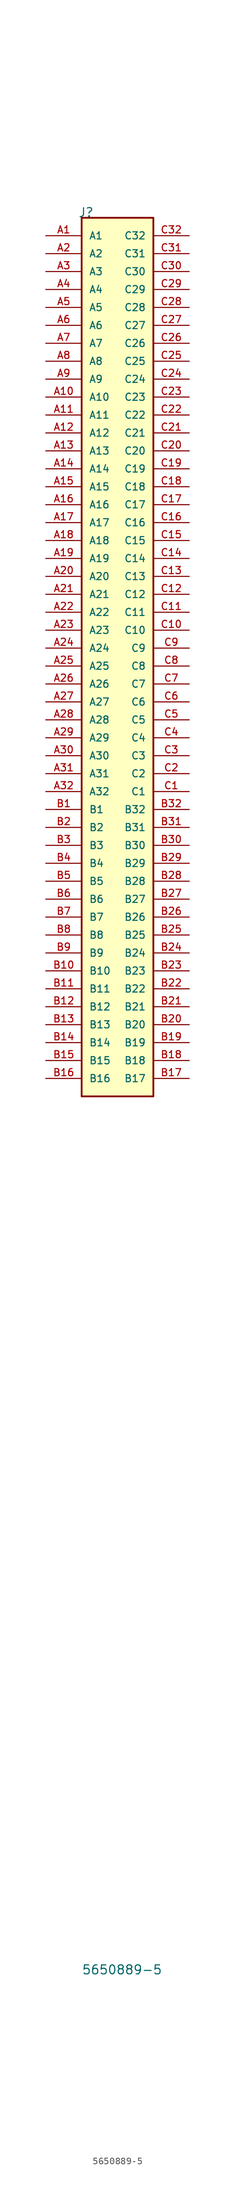
<source format=kicad_sym>
(kicad_symbol_lib
  (version 20231120)
  (generator "kicad_symbol_editor")
  (generator_version "8.0")
  (symbol "5650889-5"
    (pin_names
      (offset 1.016))
    (property "Reference" "J"
      (at -5.58 124.46 0)
      (effects (font (size 1.27 1.27)) (justify left bottom)))
    (property "Value" "5650889-5"
      (at -5.08 -124.46 0)
      (effects (font (size 1.27 1.27)) (justify left bottom)))
    (symbol "5650889-5_0_0"
      (rectangle (start -5.08 124.46) (end 5.08 0) (stroke (width 0.254) (type default)) (fill (type background)))
      (pin passive line (at -10.16 121.92 0) (length 5.08) (name "A1" (effects (font (size 1.016 1.016)))) (number "A1" (effects (font (size 1.016 1.016)))))
      (pin passive line (at -10.16 99.06 0) (length 5.08) (name "A10" (effects (font (size 1.016 1.016)))) (number "A10" (effects (font (size 1.016 1.016)))))
      (pin passive line (at -10.16 96.52 0) (length 5.08) (name "A11" (effects (font (size 1.016 1.016)))) (number "A11" (effects (font (size 1.016 1.016)))))
      (pin passive line (at -10.16 93.98 0) (length 5.08) (name "A12" (effects (font (size 1.016 1.016)))) (number "A12" (effects (font (size 1.016 1.016)))))
      (pin passive line (at -10.16 91.44 0) (length 5.08) (name "A13" (effects (font (size 1.016 1.016)))) (number "A13" (effects (font (size 1.016 1.016)))))
      (pin passive line (at -10.16 88.9 0) (length 5.08) (name "A14" (effects (font (size 1.016 1.016)))) (number "A14" (effects (font (size 1.016 1.016)))))
      (pin passive line (at -10.16 86.36 0) (length 5.08) (name "A15" (effects (font (size 1.016 1.016)))) (number "A15" (effects (font (size 1.016 1.016)))))
      (pin passive line (at -10.16 83.82 0) (length 5.08) (name "A16" (effects (font (size 1.016 1.016)))) (number "A16" (effects (font (size 1.016 1.016)))))
      (pin passive line (at -10.16 81.28 0) (length 5.08) (name "A17" (effects (font (size 1.016 1.016)))) (number "A17" (effects (font (size 1.016 1.016)))))
      (pin passive line (at -10.16 78.74 0) (length 5.08) (name "A18" (effects (font (size 1.016 1.016)))) (number "A18" (effects (font (size 1.016 1.016)))))
      (pin passive line (at -10.16 76.2 0) (length 5.08) (name "A19" (effects (font (size 1.016 1.016)))) (number "A19" (effects (font (size 1.016 1.016)))))
      (pin passive line (at -10.16 119.38 0) (length 5.08) (name "A2" (effects (font (size 1.016 1.016)))) (number "A2" (effects (font (size 1.016 1.016)))))
      (pin passive line (at -10.16 73.66 0) (length 5.08) (name "A20" (effects (font (size 1.016 1.016)))) (number "A20" (effects (font (size 1.016 1.016)))))
      (pin passive line (at -10.16 71.12 0) (length 5.08) (name "A21" (effects (font (size 1.016 1.016)))) (number "A21" (effects (font (size 1.016 1.016)))))
      (pin passive line (at -10.16 68.58 0) (length 5.08) (name "A22" (effects (font (size 1.016 1.016)))) (number "A22" (effects (font (size 1.016 1.016)))))
      (pin passive line (at -10.16 66.04 0) (length 5.08) (name "A23" (effects (font (size 1.016 1.016)))) (number "A23" (effects (font (size 1.016 1.016)))))
      (pin passive line (at -10.16 63.5 0) (length 5.08) (name "A24" (effects (font (size 1.016 1.016)))) (number "A24" (effects (font (size 1.016 1.016)))))
      (pin passive line (at -10.16 60.96 0) (length 5.08) (name "A25" (effects (font (size 1.016 1.016)))) (number "A25" (effects (font (size 1.016 1.016)))))
      (pin passive line (at -10.16 58.42 0) (length 5.08) (name "A26" (effects (font (size 1.016 1.016)))) (number "A26" (effects (font (size 1.016 1.016)))))
      (pin passive line (at -10.16 55.88 0) (length 5.08) (name "A27" (effects (font (size 1.016 1.016)))) (number "A27" (effects (font (size 1.016 1.016)))))
      (pin passive line (at -10.16 53.34 0) (length 5.08) (name "A28" (effects (font (size 1.016 1.016)))) (number "A28" (effects (font (size 1.016 1.016)))))
      (pin passive line (at -10.16 50.8 0) (length 5.08) (name "A29" (effects (font (size 1.016 1.016)))) (number "A29" (effects (font (size 1.016 1.016)))))
      (pin passive line (at -10.16 116.84 0) (length 5.08) (name "A3" (effects (font (size 1.016 1.016)))) (number "A3" (effects (font (size 1.016 1.016)))))
      (pin passive line (at -10.16 48.26 0) (length 5.08) (name "A30" (effects (font (size 1.016 1.016)))) (number "A30" (effects (font (size 1.016 1.016)))))
      (pin passive line (at -10.16 45.72 0) (length 5.08) (name "A31" (effects (font (size 1.016 1.016)))) (number "A31" (effects (font (size 1.016 1.016)))))
      (pin passive line (at -10.16 43.18 0) (length 5.08) (name "A32" (effects (font (size 1.016 1.016)))) (number "A32" (effects (font (size 1.016 1.016)))))
      (pin passive line (at -10.16 114.3 0) (length 5.08) (name "A4" (effects (font (size 1.016 1.016)))) (number "A4" (effects (font (size 1.016 1.016)))))
      (pin passive line (at -10.16 111.76 0) (length 5.08) (name "A5" (effects (font (size 1.016 1.016)))) (number "A5" (effects (font (size 1.016 1.016)))))
      (pin passive line (at -10.16 109.22 0) (length 5.08) (name "A6" (effects (font (size 1.016 1.016)))) (number "A6" (effects (font (size 1.016 1.016)))))
      (pin passive line (at -10.16 106.68 0) (length 5.08) (name "A7" (effects (font (size 1.016 1.016)))) (number "A7" (effects (font (size 1.016 1.016)))))
      (pin passive line (at -10.16 104.14 0) (length 5.08) (name "A8" (effects (font (size 1.016 1.016)))) (number "A8" (effects (font (size 1.016 1.016)))))
      (pin passive line (at -10.16 101.6 0) (length 5.08) (name "A9" (effects (font (size 1.016 1.016)))) (number "A9" (effects (font (size 1.016 1.016)))))
      (pin passive line (at -10.16 40.64 0) (length 5.08) (name "B1" (effects (font (size 1.016 1.016)))) (number "B1" (effects (font (size 1.016 1.016)))))
      (pin passive line (at -10.16 17.78 0) (length 5.08) (name "B10" (effects (font (size 1.016 1.016)))) (number "B10" (effects (font (size 1.016 1.016)))))
      (pin passive line (at -10.16 15.24 0) (length 5.08) (name "B11" (effects (font (size 1.016 1.016)))) (number "B11" (effects (font (size 1.016 1.016)))))
      (pin passive line (at -10.16 12.7 0) (length 5.08) (name "B12" (effects (font (size 1.016 1.016)))) (number "B12" (effects (font (size 1.016 1.016)))))
      (pin passive line (at -10.16 10.16 0) (length 5.08) (name "B13" (effects (font (size 1.016 1.016)))) (number "B13" (effects (font (size 1.016 1.016)))))
      (pin passive line (at -10.16 7.62 0) (length 5.08) (name "B14" (effects (font (size 1.016 1.016)))) (number "B14" (effects (font (size 1.016 1.016)))))
      (pin passive line (at -10.16 5.08 0) (length 5.08) (name "B15" (effects (font (size 1.016 1.016)))) (number "B15" (effects (font (size 1.016 1.016)))))
      (pin passive line (at -10.16 2.54 0) (length 5.08) (name "B16" (effects (font (size 1.016 1.016)))) (number "B16" (effects (font (size 1.016 1.016)))))
      (pin passive line (at 10.16 2.54 180) (length 5.08) (name "B17" (effects (font (size 1.016 1.016)))) (number "B17" (effects (font (size 1.016 1.016)))))
      (pin passive line (at 10.16 5.08 180) (length 5.08) (name "B18" (effects (font (size 1.016 1.016)))) (number "B18" (effects (font (size 1.016 1.016)))))
      (pin passive line (at 10.16 7.62 180) (length 5.08) (name "B19" (effects (font (size 1.016 1.016)))) (number "B19" (effects (font (size 1.016 1.016)))))
      (pin passive line (at -10.16 38.1 0) (length 5.08) (name "B2" (effects (font (size 1.016 1.016)))) (number "B2" (effects (font (size 1.016 1.016)))))
      (pin passive line (at 10.16 10.16 180) (length 5.08) (name "B20" (effects (font (size 1.016 1.016)))) (number "B20" (effects (font (size 1.016 1.016)))))
      (pin passive line (at 10.16 12.7 180) (length 5.08) (name "B21" (effects (font (size 1.016 1.016)))) (number "B21" (effects (font (size 1.016 1.016)))))
      (pin passive line (at 10.16 15.24 180) (length 5.08) (name "B22" (effects (font (size 1.016 1.016)))) (number "B22" (effects (font (size 1.016 1.016)))))
      (pin passive line (at 10.16 17.78 180) (length 5.08) (name "B23" (effects (font (size 1.016 1.016)))) (number "B23" (effects (font (size 1.016 1.016)))))
      (pin passive line (at 10.16 20.32 180) (length 5.08) (name "B24" (effects (font (size 1.016 1.016)))) (number "B24" (effects (font (size 1.016 1.016)))))
      (pin passive line (at 10.16 22.86 180) (length 5.08) (name "B25" (effects (font (size 1.016 1.016)))) (number "B25" (effects (font (size 1.016 1.016)))))
      (pin passive line (at 10.16 25.4 180) (length 5.08) (name "B26" (effects (font (size 1.016 1.016)))) (number "B26" (effects (font (size 1.016 1.016)))))
      (pin passive line (at 10.16 27.94 180) (length 5.08) (name "B27" (effects (font (size 1.016 1.016)))) (number "B27" (effects (font (size 1.016 1.016)))))
      (pin passive line (at 10.16 30.48 180) (length 5.08) (name "B28" (effects (font (size 1.016 1.016)))) (number "B28" (effects (font (size 1.016 1.016)))))
      (pin passive line (at 10.16 33.02 180) (length 5.08) (name "B29" (effects (font (size 1.016 1.016)))) (number "B29" (effects (font (size 1.016 1.016)))))
      (pin passive line (at -10.16 35.56 0) (length 5.08) (name "B3" (effects (font (size 1.016 1.016)))) (number "B3" (effects (font (size 1.016 1.016)))))
      (pin passive line (at 10.16 35.56 180) (length 5.08) (name "B30" (effects (font (size 1.016 1.016)))) (number "B30" (effects (font (size 1.016 1.016)))))
      (pin passive line (at 10.16 38.1 180) (length 5.08) (name "B31" (effects (font (size 1.016 1.016)))) (number "B31" (effects (font (size 1.016 1.016)))))
      (pin passive line (at 10.16 40.64 180) (length 5.08) (name "B32" (effects (font (size 1.016 1.016)))) (number "B32" (effects (font (size 1.016 1.016)))))
      (pin passive line (at -10.16 33.02 0) (length 5.08) (name "B4" (effects (font (size 1.016 1.016)))) (number "B4" (effects (font (size 1.016 1.016)))))
      (pin passive line (at -10.16 30.48 0) (length 5.08) (name "B5" (effects (font (size 1.016 1.016)))) (number "B5" (effects (font (size 1.016 1.016)))))
      (pin passive line (at -10.16 27.94 0) (length 5.08) (name "B6" (effects (font (size 1.016 1.016)))) (number "B6" (effects (font (size 1.016 1.016)))))
      (pin passive line (at -10.16 25.4 0) (length 5.08) (name "B7" (effects (font (size 1.016 1.016)))) (number "B7" (effects (font (size 1.016 1.016)))))
      (pin passive line (at -10.16 22.86 0) (length 5.08) (name "B8" (effects (font (size 1.016 1.016)))) (number "B8" (effects (font (size 1.016 1.016)))))
      (pin passive line (at -10.16 20.32 0) (length 5.08) (name "B9" (effects (font (size 1.016 1.016)))) (number "B9" (effects (font (size 1.016 1.016)))))
      (pin passive line (at 10.16 43.18 180) (length 5.08) (name "C1" (effects (font (size 1.016 1.016)))) (number "C1" (effects (font (size 1.016 1.016)))))
      (pin passive line (at 10.16 66.04 180) (length 5.08) (name "C10" (effects (font (size 1.016 1.016)))) (number "C10" (effects (font (size 1.016 1.016)))))
      (pin passive line (at 10.16 68.58 180) (length 5.08) (name "C11" (effects (font (size 1.016 1.016)))) (number "C11" (effects (font (size 1.016 1.016)))))
      (pin passive line (at 10.16 71.12 180) (length 5.08) (name "C12" (effects (font (size 1.016 1.016)))) (number "C12" (effects (font (size 1.016 1.016)))))
      (pin passive line (at 10.16 73.66 180) (length 5.08) (name "C13" (effects (font (size 1.016 1.016)))) (number "C13" (effects (font (size 1.016 1.016)))))
      (pin passive line (at 10.16 76.2 180) (length 5.08) (name "C14" (effects (font (size 1.016 1.016)))) (number "C14" (effects (font (size 1.016 1.016)))))
      (pin passive line (at 10.16 78.74 180) (length 5.08) (name "C15" (effects (font (size 1.016 1.016)))) (number "C15" (effects (font (size 1.016 1.016)))))
      (pin passive line (at 10.16 81.28 180) (length 5.08) (name "C16" (effects (font (size 1.016 1.016)))) (number "C16" (effects (font (size 1.016 1.016)))))
      (pin passive line (at 10.16 83.82 180) (length 5.08) (name "C17" (effects (font (size 1.016 1.016)))) (number "C17" (effects (font (size 1.016 1.016)))))
      (pin passive line (at 10.16 86.36 180) (length 5.08) (name "C18" (effects (font (size 1.016 1.016)))) (number "C18" (effects (font (size 1.016 1.016)))))
      (pin passive line (at 10.16 88.9 180) (length 5.08) (name "C19" (effects (font (size 1.016 1.016)))) (number "C19" (effects (font (size 1.016 1.016)))))
      (pin passive line (at 10.16 45.72 180) (length 5.08) (name "C2" (effects (font (size 1.016 1.016)))) (number "C2" (effects (font (size 1.016 1.016)))))
      (pin passive line (at 10.16 91.44 180) (length 5.08) (name "C20" (effects (font (size 1.016 1.016)))) (number "C20" (effects (font (size 1.016 1.016)))))
      (pin passive line (at 10.16 93.98 180) (length 5.08) (name "C21" (effects (font (size 1.016 1.016)))) (number "C21" (effects (font (size 1.016 1.016)))))
      (pin passive line (at 10.16 96.52 180) (length 5.08) (name "C22" (effects (font (size 1.016 1.016)))) (number "C22" (effects (font (size 1.016 1.016)))))
      (pin passive line (at 10.16 99.06 180) (length 5.08) (name "C23" (effects (font (size 1.016 1.016)))) (number "C23" (effects (font (size 1.016 1.016)))))
      (pin passive line (at 10.16 101.6 180) (length 5.08) (name "C24" (effects (font (size 1.016 1.016)))) (number "C24" (effects (font (size 1.016 1.016)))))
      (pin passive line (at 10.16 104.14 180) (length 5.08) (name "C25" (effects (font (size 1.016 1.016)))) (number "C25" (effects (font (size 1.016 1.016)))))
      (pin passive line (at 10.16 106.68 180) (length 5.08) (name "C26" (effects (font (size 1.016 1.016)))) (number "C26" (effects (font (size 1.016 1.016)))))
      (pin passive line (at 10.16 109.22 180) (length 5.08) (name "C27" (effects (font (size 1.016 1.016)))) (number "C27" (effects (font (size 1.016 1.016)))))
      (pin passive line (at 10.16 111.76 180) (length 5.08) (name "C28" (effects (font (size 1.016 1.016)))) (number "C28" (effects (font (size 1.016 1.016)))))
      (pin passive line (at 10.16 114.3 180) (length 5.08) (name "C29" (effects (font (size 1.016 1.016)))) (number "C29" (effects (font (size 1.016 1.016)))))
      (pin passive line (at 10.16 48.26 180) (length 5.08) (name "C3" (effects (font (size 1.016 1.016)))) (number "C3" (effects (font (size 1.016 1.016)))))
      (pin passive line (at 10.16 116.84 180) (length 5.08) (name "C30" (effects (font (size 1.016 1.016)))) (number "C30" (effects (font (size 1.016 1.016)))))
      (pin passive line (at 10.16 119.38 180) (length 5.08) (name "C31" (effects (font (size 1.016 1.016)))) (number "C31" (effects (font (size 1.016 1.016)))))
      (pin passive line (at 10.16 121.92 180) (length 5.08) (name "C32" (effects (font (size 1.016 1.016)))) (number "C32" (effects (font (size 1.016 1.016)))))
      (pin passive line (at 10.16 50.8 180) (length 5.08) (name "C4" (effects (font (size 1.016 1.016)))) (number "C4" (effects (font (size 1.016 1.016)))))
      (pin passive line (at 10.16 53.34 180) (length 5.08) (name "C5" (effects (font (size 1.016 1.016)))) (number "C5" (effects (font (size 1.016 1.016)))))
      (pin passive line (at 10.16 55.88 180) (length 5.08) (name "C6" (effects (font (size 1.016 1.016)))) (number "C6" (effects (font (size 1.016 1.016)))))
      (pin passive line (at 10.16 58.42 180) (length 5.08) (name "C7" (effects (font (size 1.016 1.016)))) (number "C7" (effects (font (size 1.016 1.016)))))
      (pin passive line (at 10.16 60.96 180) (length 5.08) (name "C8" (effects (font (size 1.016 1.016)))) (number "C8" (effects (font (size 1.016 1.016)))))
      (pin passive line (at 10.16 63.5 180) (length 5.08) (name "C9" (effects (font (size 1.016 1.016)))) (number "C9" (effects (font (size 1.016 1.016))))))))
</source>
